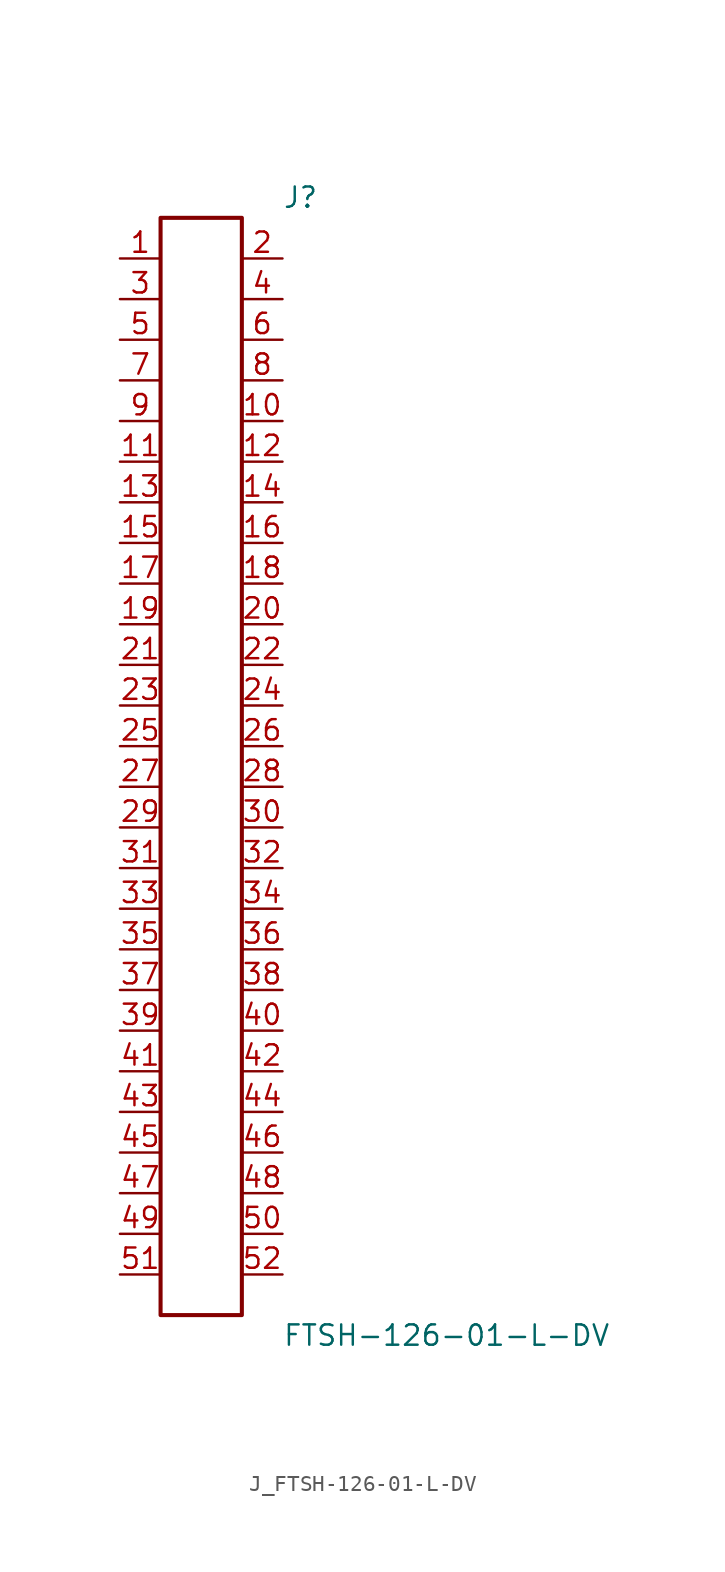
<source format=kicad_sym>
(kicad_symbol_lib
  (version 20231120)
  (generator kicad_symbol_editor)
  (generator_version 8.0)
  (symbol "J_FTSH-126-01-L-DV"
    (pin_names
      (offset 0.254))
    (property "Reference" "J"
      (at 5.08 35.56 0)
      (effects (font (size 1.27 1.27)) (justify left)))
    (property "Value" "FTSH-126-01-L-DV"
      (at 5.08 -35.56 0)
      (effects (font (size 1.27 1.27)) (justify left)))
    (symbol "J_FTSH-126-01-L-DV_0_0"
      (pin passive line (at -5.08 31.75 0) (length 2.54) (name "" (effects (font (size 1.27 1.27)))) (number "1" (effects (font (size 1.27 1.27)))))
      (pin passive line (at 5.08 31.75 180) (length 2.54) (name "" (effects (font (size 1.27 1.27)))) (number "2" (effects (font (size 1.27 1.27)))))
      (pin passive line (at -5.08 29.21 0) (length 2.54) (name "" (effects (font (size 1.27 1.27)))) (number "3" (effects (font (size 1.27 1.27)))))
      (pin passive line (at 5.08 29.21 180) (length 2.54) (name "" (effects (font (size 1.27 1.27)))) (number "4" (effects (font (size 1.27 1.27)))))
      (pin passive line (at -5.08 26.67 0) (length 2.54) (name "" (effects (font (size 1.27 1.27)))) (number "5" (effects (font (size 1.27 1.27)))))
      (pin passive line (at 5.08 26.67 180) (length 2.54) (name "" (effects (font (size 1.27 1.27)))) (number "6" (effects (font (size 1.27 1.27)))))
      (pin passive line (at -5.08 24.13 0) (length 2.54) (name "" (effects (font (size 1.27 1.27)))) (number "7" (effects (font (size 1.27 1.27)))))
      (pin passive line (at 5.08 24.13 180) (length 2.54) (name "" (effects (font (size 1.27 1.27)))) (number "8" (effects (font (size 1.27 1.27)))))
      (pin passive line (at -5.08 21.59 0) (length 2.54) (name "" (effects (font (size 1.27 1.27)))) (number "9" (effects (font (size 1.27 1.27)))))
      (pin passive line (at 5.08 21.59 180) (length 2.54) (name "" (effects (font (size 1.27 1.27)))) (number "10" (effects (font (size 1.27 1.27)))))
      (pin passive line (at -5.08 19.05 0) (length 2.54) (name "" (effects (font (size 1.27 1.27)))) (number "11" (effects (font (size 1.27 1.27)))))
      (pin passive line (at 5.08 19.05 180) (length 2.54) (name "" (effects (font (size 1.27 1.27)))) (number "12" (effects (font (size 1.27 1.27)))))
      (pin passive line (at -5.08 16.51 0) (length 2.54) (name "" (effects (font (size 1.27 1.27)))) (number "13" (effects (font (size 1.27 1.27)))))
      (pin passive line (at 5.08 16.51 180) (length 2.54) (name "" (effects (font (size 1.27 1.27)))) (number "14" (effects (font (size 1.27 1.27)))))
      (pin passive line (at -5.08 13.97 0) (length 2.54) (name "" (effects (font (size 1.27 1.27)))) (number "15" (effects (font (size 1.27 1.27)))))
      (pin passive line (at 5.08 13.97 180) (length 2.54) (name "" (effects (font (size 1.27 1.27)))) (number "16" (effects (font (size 1.27 1.27)))))
      (pin passive line (at -5.08 11.43 0) (length 2.54) (name "" (effects (font (size 1.27 1.27)))) (number "17" (effects (font (size 1.27 1.27)))))
      (pin passive line (at 5.08 11.43 180) (length 2.54) (name "" (effects (font (size 1.27 1.27)))) (number "18" (effects (font (size 1.27 1.27)))))
      (pin passive line (at -5.08 8.89 0) (length 2.54) (name "" (effects (font (size 1.27 1.27)))) (number "19" (effects (font (size 1.27 1.27)))))
      (pin passive line (at 5.08 8.89 180) (length 2.54) (name "" (effects (font (size 1.27 1.27)))) (number "20" (effects (font (size 1.27 1.27)))))
      (pin passive line (at -5.08 6.35 0) (length 2.54) (name "" (effects (font (size 1.27 1.27)))) (number "21" (effects (font (size 1.27 1.27)))))
      (pin passive line (at 5.08 6.35 180) (length 2.54) (name "" (effects (font (size 1.27 1.27)))) (number "22" (effects (font (size 1.27 1.27)))))
      (pin passive line (at -5.08 3.81 0) (length 2.54) (name "" (effects (font (size 1.27 1.27)))) (number "23" (effects (font (size 1.27 1.27)))))
      (pin passive line (at 5.08 3.81 180) (length 2.54) (name "" (effects (font (size 1.27 1.27)))) (number "24" (effects (font (size 1.27 1.27)))))
      (pin passive line (at -5.08 1.27 0) (length 2.54) (name "" (effects (font (size 1.27 1.27)))) (number "25" (effects (font (size 1.27 1.27)))))
      (pin passive line (at 5.08 1.27 180) (length 2.54) (name "" (effects (font (size 1.27 1.27)))) (number "26" (effects (font (size 1.27 1.27)))))
      (pin passive line (at -5.08 -1.27 0) (length 2.54) (name "" (effects (font (size 1.27 1.27)))) (number "27" (effects (font (size 1.27 1.27)))))
      (pin passive line (at 5.08 -1.27 180) (length 2.54) (name "" (effects (font (size 1.27 1.27)))) (number "28" (effects (font (size 1.27 1.27)))))
      (pin passive line (at -5.08 -3.81 0) (length 2.54) (name "" (effects (font (size 1.27 1.27)))) (number "29" (effects (font (size 1.27 1.27)))))
      (pin passive line (at 5.08 -3.81 180) (length 2.54) (name "" (effects (font (size 1.27 1.27)))) (number "30" (effects (font (size 1.27 1.27)))))
      (pin passive line (at -5.08 -6.35 0) (length 2.54) (name "" (effects (font (size 1.27 1.27)))) (number "31" (effects (font (size 1.27 1.27)))))
      (pin passive line (at 5.08 -6.35 180) (length 2.54) (name "" (effects (font (size 1.27 1.27)))) (number "32" (effects (font (size 1.27 1.27)))))
      (pin passive line (at -5.08 -8.89 0) (length 2.54) (name "" (effects (font (size 1.27 1.27)))) (number "33" (effects (font (size 1.27 1.27)))))
      (pin passive line (at 5.08 -8.89 180) (length 2.54) (name "" (effects (font (size 1.27 1.27)))) (number "34" (effects (font (size 1.27 1.27)))))
      (pin passive line (at -5.08 -11.43 0) (length 2.54) (name "" (effects (font (size 1.27 1.27)))) (number "35" (effects (font (size 1.27 1.27)))))
      (pin passive line (at 5.08 -11.43 180) (length 2.54) (name "" (effects (font (size 1.27 1.27)))) (number "36" (effects (font (size 1.27 1.27)))))
      (pin passive line (at -5.08 -13.97 0) (length 2.54) (name "" (effects (font (size 1.27 1.27)))) (number "37" (effects (font (size 1.27 1.27)))))
      (pin passive line (at 5.08 -13.97 180) (length 2.54) (name "" (effects (font (size 1.27 1.27)))) (number "38" (effects (font (size 1.27 1.27)))))
      (pin passive line (at -5.08 -16.51 0) (length 2.54) (name "" (effects (font (size 1.27 1.27)))) (number "39" (effects (font (size 1.27 1.27)))))
      (pin passive line (at 5.08 -16.51 180) (length 2.54) (name "" (effects (font (size 1.27 1.27)))) (number "40" (effects (font (size 1.27 1.27)))))
      (pin passive line (at -5.08 -19.05 0) (length 2.54) (name "" (effects (font (size 1.27 1.27)))) (number "41" (effects (font (size 1.27 1.27)))))
      (pin passive line (at 5.08 -19.05 180) (length 2.54) (name "" (effects (font (size 1.27 1.27)))) (number "42" (effects (font (size 1.27 1.27)))))
      (pin passive line (at -5.08 -21.59 0) (length 2.54) (name "" (effects (font (size 1.27 1.27)))) (number "43" (effects (font (size 1.27 1.27)))))
      (pin passive line (at 5.08 -21.59 180) (length 2.54) (name "" (effects (font (size 1.27 1.27)))) (number "44" (effects (font (size 1.27 1.27)))))
      (pin passive line (at -5.08 -24.13 0) (length 2.54) (name "" (effects (font (size 1.27 1.27)))) (number "45" (effects (font (size 1.27 1.27)))))
      (pin passive line (at 5.08 -24.13 180) (length 2.54) (name "" (effects (font (size 1.27 1.27)))) (number "46" (effects (font (size 1.27 1.27)))))
      (pin passive line (at -5.08 -26.67 0) (length 2.54) (name "" (effects (font (size 1.27 1.27)))) (number "47" (effects (font (size 1.27 1.27)))))
      (pin passive line (at 5.08 -26.67 180) (length 2.54) (name "" (effects (font (size 1.27 1.27)))) (number "48" (effects (font (size 1.27 1.27)))))
      (pin passive line (at -5.08 -29.21 0) (length 2.54) (name "" (effects (font (size 1.27 1.27)))) (number "49" (effects (font (size 1.27 1.27)))))
      (pin passive line (at 5.08 -29.21 180) (length 2.54) (name "" (effects (font (size 1.27 1.27)))) (number "50" (effects (font (size 1.27 1.27)))))
      (pin passive line (at -5.08 -31.75 0) (length 2.54) (name "" (effects (font (size 1.27 1.27)))) (number "51" (effects (font (size 1.27 1.27)))))
      (pin passive line (at 5.08 -31.75 180) (length 2.54) (name "" (effects (font (size 1.27 1.27)))) (number "52" (effects (font (size 1.27 1.27))))))
    (symbol "J_FTSH-126-01-L-DV_1_0"
      (rectangle (start -2.54 34.29) (end 2.54 -34.29) (stroke (width 0.254) (type solid)) (fill (type none))))))
</source>
